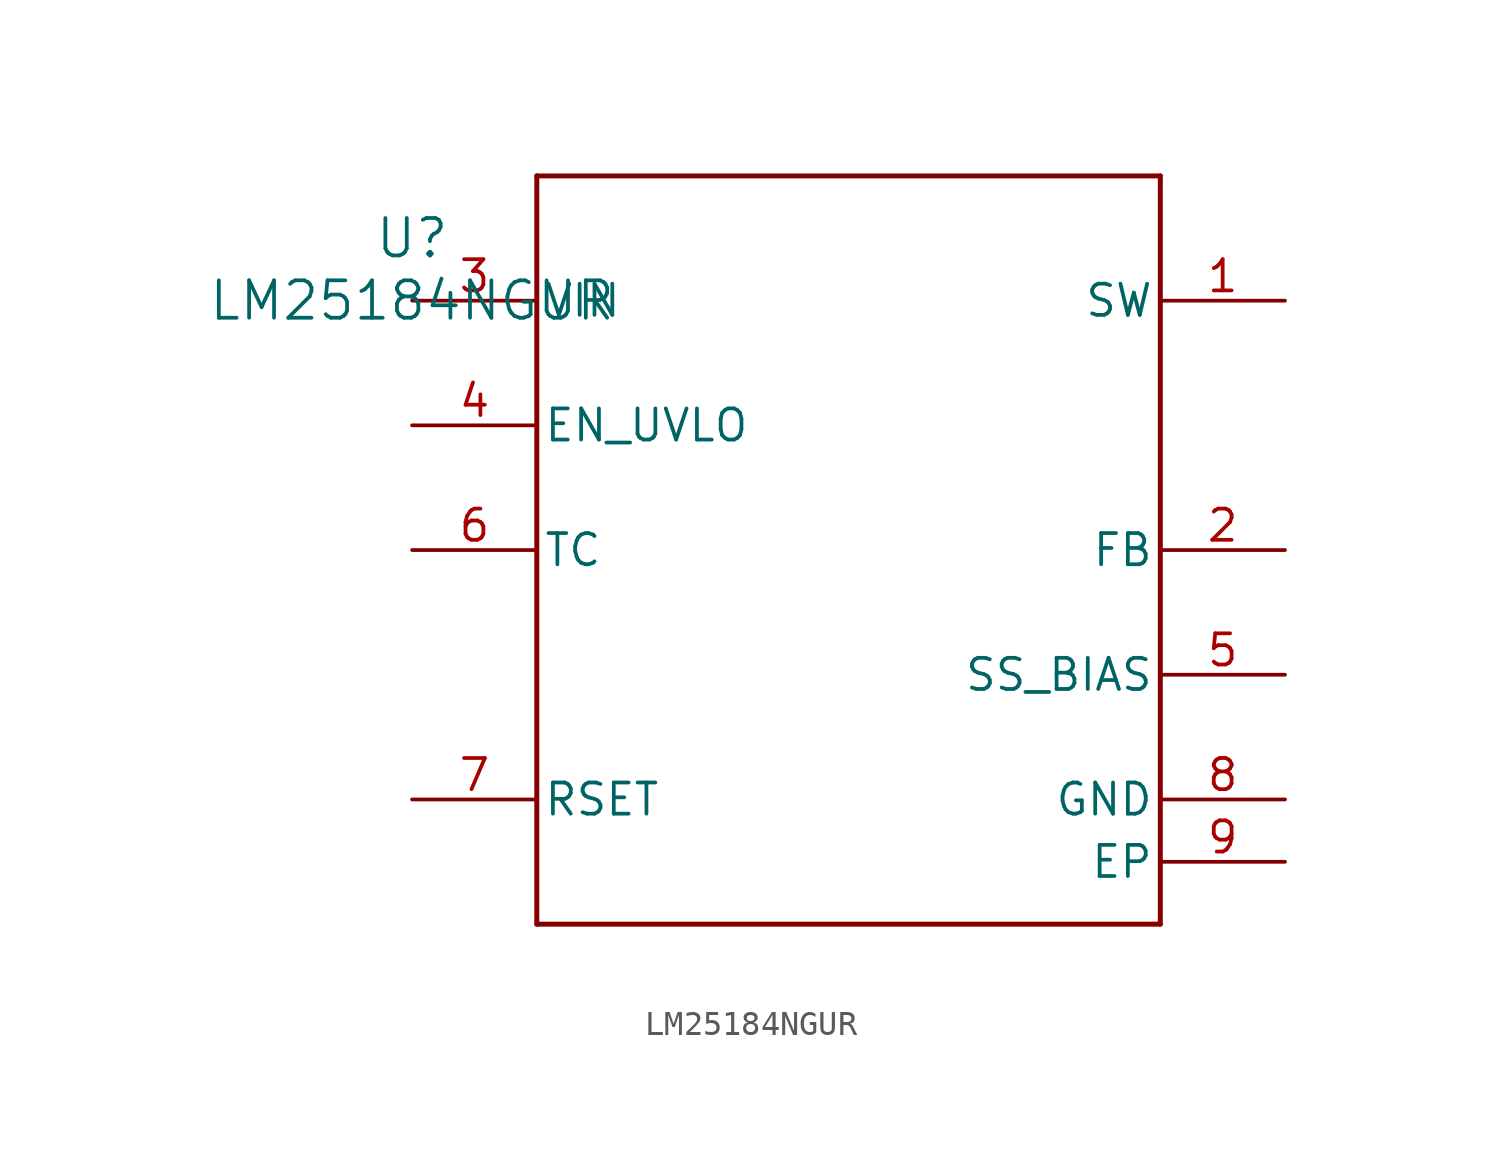
<source format=kicad_sym>
(kicad_symbol_lib
  (version 20211014)
  (generator kicad_symbol_editor)
  (symbol "LM25184NGUR"
    (pin_names
      (offset 0.254))
    (property "Reference" "U"
      (at 0 2.54 0)
      (effects (font (size 1.524 1.524))))
    (property "Value" "LM25184NGUR"
      (at 0 0 0)
      (effects (font (size 1.524 1.524))))
    (symbol "LM25184NGUR_0_1"
      (polyline (pts (xy 5.08 -25.4) (xy 30.48 -25.4)) (stroke (width 0.203) (type default) (color 0 0 0 0)) (fill (type none)))
      (polyline (pts (xy 30.48 -25.4) (xy 30.48 5.08)) (stroke (width 0.203) (type default) (color 0 0 0 0)) (fill (type none)))
      (polyline (pts (xy 30.48 5.08) (xy 5.08 5.08)) (stroke (width 0.203) (type default) (color 0 0 0 0)) (fill (type none)))
      (polyline (pts (xy 5.08 5.08) (xy 5.08 -25.4)) (stroke (width 0.203) (type default) (color 0 0 0 0)) (fill (type none)))
      (pin unspecified line (at 35.56 0 180) (length 5.08) (name "SW" (effects (font (size 1.27 1.27)))) (number "1" (effects (font (size 1.27 1.27)))))
      (pin unspecified line (at 35.56 -10.16 180) (length 5.08) (name "FB" (effects (font (size 1.27 1.27)))) (number "2" (effects (font (size 1.27 1.27)))))
      (pin power_in line (at 0 0 0) (length 5.08) (name "VIN" (effects (font (size 1.27 1.27)))) (number "3" (effects (font (size 1.27 1.27)))))
      (pin input line (at 0 -5.08 0) (length 5.08) (name "EN_UVLO" (effects (font (size 1.27 1.27)))) (number "4" (effects (font (size 1.27 1.27)))))
      (pin unspecified line (at 35.56 -15.24 180) (length 5.08) (name "SS_BIAS" (effects (font (size 1.27 1.27)))) (number "5" (effects (font (size 1.27 1.27)))))
      (pin unspecified line (at 0 -10.16 0) (length 5.08) (name "TC" (effects (font (size 1.27 1.27)))) (number "6" (effects (font (size 1.27 1.27)))))
      (pin unspecified line (at 0 -20.32 0) (length 5.08) (name "RSET" (effects (font (size 1.27 1.27)))) (number "7" (effects (font (size 1.27 1.27)))))
      (pin power_in line (at 35.56 -20.32 180) (length 5.08) (name "GND" (effects (font (size 1.27 1.27)))) (number "8" (effects (font (size 1.27 1.27)))))
      (pin unspecified line (at 35.56 -22.86 180) (length 5.08) (name "EP" (effects (font (size 1.27 1.27)))) (number "9" (effects (font (size 1.27 1.27))))))))
</source>
